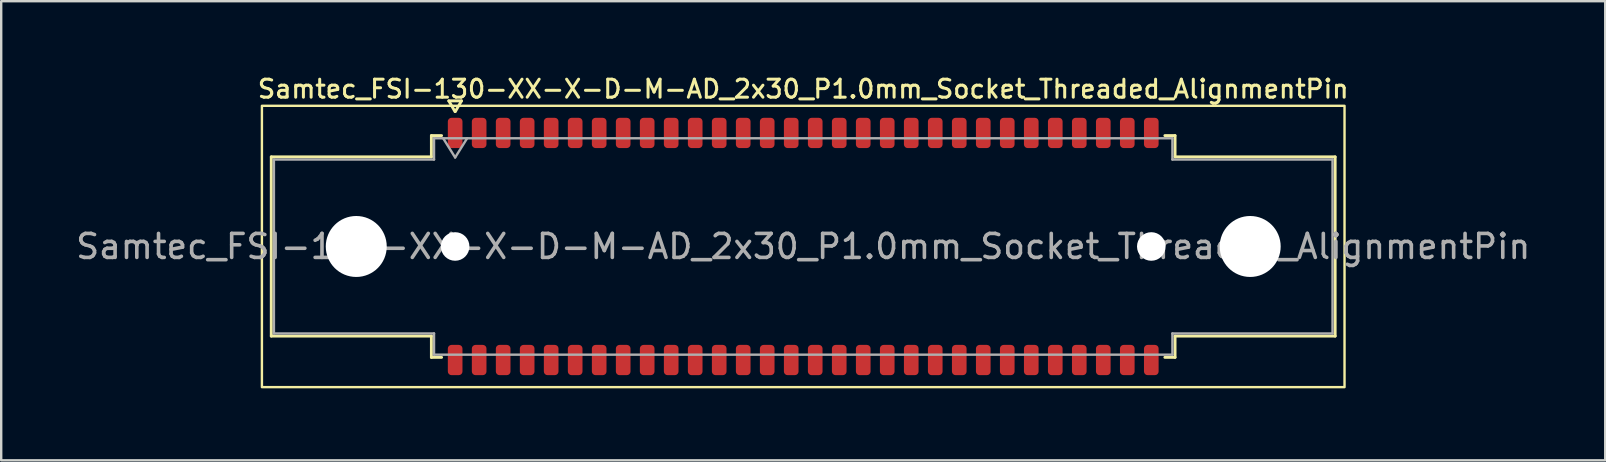
<source format=kicad_pcb>
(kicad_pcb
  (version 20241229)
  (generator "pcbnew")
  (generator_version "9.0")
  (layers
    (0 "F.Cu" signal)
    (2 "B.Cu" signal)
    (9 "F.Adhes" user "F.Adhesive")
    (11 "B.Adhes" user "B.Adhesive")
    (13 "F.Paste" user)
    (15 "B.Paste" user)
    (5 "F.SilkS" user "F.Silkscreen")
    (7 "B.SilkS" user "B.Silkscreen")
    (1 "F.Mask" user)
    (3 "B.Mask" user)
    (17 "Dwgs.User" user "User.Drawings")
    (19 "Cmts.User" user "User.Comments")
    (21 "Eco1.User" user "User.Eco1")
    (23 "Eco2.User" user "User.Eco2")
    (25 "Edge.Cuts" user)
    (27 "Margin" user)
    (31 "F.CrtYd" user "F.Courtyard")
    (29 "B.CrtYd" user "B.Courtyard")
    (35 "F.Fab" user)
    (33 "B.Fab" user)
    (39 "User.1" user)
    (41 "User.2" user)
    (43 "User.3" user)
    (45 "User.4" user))
  (footprint "Samtec_FSI-130-XX-X-D-M-AD_2x30_P1.0mm_Socket_Threaded_AlignmentPin"
    (layer "F.Cu")
    (at 30.411 7.218)
    (property "Reference" "Samtec_FSI-130-XX-X-D-M-AD_2x30_P1.0mm_Socket_Threaded_AlignmentPin" (at 0 -6.56 0) (layer "F.SilkS") (effects (font (size 0.75 0.75) (thickness 0.125))))
    (attr smd)
    (fp_line (start -22.16 -3.733) (end -15.49 -3.733) (stroke (width 0.12) (type solid)) (layer "F.SilkS"))
    (fp_line (start -22.16 3.733) (end -22.16 -3.733) (stroke (width 0.12) (type solid)) (layer "F.SilkS"))
    (fp_line (start -15.49 -4.619) (end -15.065 -4.619) (stroke (width 0.12) (type solid)) (layer "F.SilkS"))
    (fp_line (start -15.49 -3.733) (end -15.49 -4.619) (stroke (width 0.12) (type solid)) (layer "F.SilkS"))
    (fp_line (start -15.49 3.733) (end -22.16 3.733) (stroke (width 0.12) (type solid)) (layer "F.SilkS"))
    (fp_line (start -15.49 4.619) (end -15.49 3.733) (stroke (width 0.12) (type solid)) (layer "F.SilkS"))
    (fp_line (start -15.065 4.619) (end -15.49 4.619) (stroke (width 0.12) (type solid)) (layer "F.SilkS"))
    (fp_line (start -14.764 -6.066) (end -14.507 -5.62) (stroke (width 0.12) (type solid)) (layer "F.SilkS"))
    (fp_line (start -14.493 -5.62) (end -14.236 -6.066) (stroke (width 0.12) (type solid)) (layer "F.SilkS"))
    (fp_line (start -14.236 -6.066) (end -14.764 -6.066) (stroke (width 0.12) (type solid)) (layer "F.SilkS"))
    (fp_line (start 15.065 -4.619) (end 15.49 -4.619) (stroke (width 0.12) (type solid)) (layer "F.SilkS"))
    (fp_line (start 15.49 -4.619) (end 15.49 -3.733) (stroke (width 0.12) (type solid)) (layer "F.SilkS"))
    (fp_line (start 15.49 -3.733) (end 22.16 -3.733) (stroke (width 0.12) (type solid)) (layer "F.SilkS"))
    (fp_line (start 15.49 3.733) (end 15.49 4.619) (stroke (width 0.12) (type solid)) (layer "F.SilkS"))
    (fp_line (start 15.49 4.619) (end 15.065 4.619) (stroke (width 0.12) (type solid)) (layer "F.SilkS"))
    (fp_line (start 22.16 -3.733) (end 22.16 3.733) (stroke (width 0.12) (type solid)) (layer "F.SilkS"))
    (fp_line (start 22.16 3.733) (end 15.49 3.733) (stroke (width 0.12) (type solid)) (layer "F.SilkS"))
    (fp_rect (start -22.55 -5.86) (end 22.55 5.86) (stroke (width 0.1) (type solid)) (fill no) (layer "F.SilkS"))
    (fp_line (start -22.05 -3.623) (end -15.38 -3.623) (stroke (width 0.1) (type solid)) (layer "F.Fab"))
    (fp_line (start -22.05 3.623) (end -22.05 -3.623) (stroke (width 0.1) (type solid)) (layer "F.Fab"))
    (fp_line (start -15.38 -4.508) (end 15.38 -4.508) (stroke (width 0.1) (type solid)) (layer "F.Fab"))
    (fp_line (start -15.38 -3.623) (end -15.38 -4.508) (stroke (width 0.1) (type solid)) (layer "F.Fab"))
    (fp_line (start -15.38 3.623) (end -22.05 3.623) (stroke (width 0.1) (type solid)) (layer "F.Fab"))
    (fp_line (start -15.38 4.508) (end -15.38 3.623) (stroke (width 0.1) (type solid)) (layer "F.Fab"))
    (fp_line (start -15 -4.508) (end -14.5 -3.708) (stroke (width 0.1) (type solid)) (layer "F.Fab"))
    (fp_line (start -14.5 -3.708) (end -14 -4.508) (stroke (width 0.1) (type solid)) (layer "F.Fab"))
    (fp_line (start 15.38 -4.508) (end 15.38 -3.623) (stroke (width 0.1) (type solid)) (layer "F.Fab"))
    (fp_line (start 15.38 -3.623) (end 22.05 -3.623) (stroke (width 0.1) (type solid)) (layer "F.Fab"))
    (fp_line (start 15.38 3.623) (end 15.38 4.508) (stroke (width 0.1) (type solid)) (layer "F.Fab"))
    (fp_line (start 15.38 4.508) (end -15.38 4.508) (stroke (width 0.1) (type solid)) (layer "F.Fab"))
    (fp_line (start 22.05 -3.623) (end 22.05 3.623) (stroke (width 0.1) (type solid)) (layer "F.Fab"))
    (fp_line (start 22.05 3.623) (end 15.38 3.623) (stroke (width 0.1) (type solid)) (layer "F.Fab"))
    (fp_text user "${REFERENCE}" (at 0 0 0) (layer "F.Fab") (effects (font (size 1 1) (thickness 0.15))))
    (pad "" np_thru_hole circle (at -18.62 0) (size 2.54 2.54) (drill 2.54) (layers "*.Cu" "*.Mask"))
    (pad "" np_thru_hole circle (at -14.5 0) (size 1.19 1.19) (drill 1.19) (layers "*.Cu" "*.Mask"))
    (pad "" np_thru_hole circle (at 14.5 0) (size 1.19 1.19) (drill 1.19) (layers "*.Cu" "*.Mask"))
    (pad "" np_thru_hole circle (at 18.62 0) (size 2.54 2.54) (drill 2.54) (layers "*.Cu" "*.Mask"))
    (pad "1" smd roundrect (at -14.5 -4.73) (size 0.61 1.26) (layers "F.Cu" "F.Mask" "F.Paste") (roundrect_rratio 0.25))
    (pad "2" smd roundrect (at -14.5 4.73) (size 0.61 1.26) (layers "F.Cu" "F.Mask" "F.Paste") (roundrect_rratio 0.25))
    (pad "3" smd roundrect (at -13.5 -4.73) (size 0.61 1.26) (layers "F.Cu" "F.Mask" "F.Paste") (roundrect_rratio 0.25))
    (pad "4" smd roundrect (at -13.5 4.73) (size 0.61 1.26) (layers "F.Cu" "F.Mask" "F.Paste") (roundrect_rratio 0.25))
    (pad "5" smd roundrect (at -12.5 -4.73) (size 0.61 1.26) (layers "F.Cu" "F.Mask" "F.Paste") (roundrect_rratio 0.25))
    (pad "6" smd roundrect (at -12.5 4.73) (size 0.61 1.26) (layers "F.Cu" "F.Mask" "F.Paste") (roundrect_rratio 0.25))
    (pad "7" smd roundrect (at -11.5 -4.73) (size 0.61 1.26) (layers "F.Cu" "F.Mask" "F.Paste") (roundrect_rratio 0.25))
    (pad "8" smd roundrect (at -11.5 4.73) (size 0.61 1.26) (layers "F.Cu" "F.Mask" "F.Paste") (roundrect_rratio 0.25))
    (pad "9" smd roundrect (at -10.5 -4.73) (size 0.61 1.26) (layers "F.Cu" "F.Mask" "F.Paste") (roundrect_rratio 0.25))
    (pad "10" smd roundrect (at -10.5 4.73) (size 0.61 1.26) (layers "F.Cu" "F.Mask" "F.Paste") (roundrect_rratio 0.25))
    (pad "11" smd roundrect (at -9.5 -4.73) (size 0.61 1.26) (layers "F.Cu" "F.Mask" "F.Paste") (roundrect_rratio 0.25))
    (pad "12" smd roundrect (at -9.5 4.73) (size 0.61 1.26) (layers "F.Cu" "F.Mask" "F.Paste") (roundrect_rratio 0.25))
    (pad "13" smd roundrect (at -8.5 -4.73) (size 0.61 1.26) (layers "F.Cu" "F.Mask" "F.Paste") (roundrect_rratio 0.25))
    (pad "14" smd roundrect (at -8.5 4.73) (size 0.61 1.26) (layers "F.Cu" "F.Mask" "F.Paste") (roundrect_rratio 0.25))
    (pad "15" smd roundrect (at -7.5 -4.73) (size 0.61 1.26) (layers "F.Cu" "F.Mask" "F.Paste") (roundrect_rratio 0.25))
    (pad "16" smd roundrect (at -7.5 4.73) (size 0.61 1.26) (layers "F.Cu" "F.Mask" "F.Paste") (roundrect_rratio 0.25))
    (pad "17" smd roundrect (at -6.5 -4.73) (size 0.61 1.26) (layers "F.Cu" "F.Mask" "F.Paste") (roundrect_rratio 0.25))
    (pad "18" smd roundrect (at -6.5 4.73) (size 0.61 1.26) (layers "F.Cu" "F.Mask" "F.Paste") (roundrect_rratio 0.25))
    (pad "19" smd roundrect (at -5.5 -4.73) (size 0.61 1.26) (layers "F.Cu" "F.Mask" "F.Paste") (roundrect_rratio 0.25))
    (pad "20" smd roundrect (at -5.5 4.73) (size 0.61 1.26) (layers "F.Cu" "F.Mask" "F.Paste") (roundrect_rratio 0.25))
    (pad "21" smd roundrect (at -4.5 -4.73) (size 0.61 1.26) (layers "F.Cu" "F.Mask" "F.Paste") (roundrect_rratio 0.25))
    (pad "22" smd roundrect (at -4.5 4.73) (size 0.61 1.26) (layers "F.Cu" "F.Mask" "F.Paste") (roundrect_rratio 0.25))
    (pad "23" smd roundrect (at -3.5 -4.73) (size 0.61 1.26) (layers "F.Cu" "F.Mask" "F.Paste") (roundrect_rratio 0.25))
    (pad "24" smd roundrect (at -3.5 4.73) (size 0.61 1.26) (layers "F.Cu" "F.Mask" "F.Paste") (roundrect_rratio 0.25))
    (pad "25" smd roundrect (at -2.5 -4.73) (size 0.61 1.26) (layers "F.Cu" "F.Mask" "F.Paste") (roundrect_rratio 0.25))
    (pad "26" smd roundrect (at -2.5 4.73) (size 0.61 1.26) (layers "F.Cu" "F.Mask" "F.Paste") (roundrect_rratio 0.25))
    (pad "27" smd roundrect (at -1.5 -4.73) (size 0.61 1.26) (layers "F.Cu" "F.Mask" "F.Paste") (roundrect_rratio 0.25))
    (pad "28" smd roundrect (at -1.5 4.73) (size 0.61 1.26) (layers "F.Cu" "F.Mask" "F.Paste") (roundrect_rratio 0.25))
    (pad "29" smd roundrect (at -0.5 -4.73) (size 0.61 1.26) (layers "F.Cu" "F.Mask" "F.Paste") (roundrect_rratio 0.25))
    (pad "30" smd roundrect (at -0.5 4.73) (size 0.61 1.26) (layers "F.Cu" "F.Mask" "F.Paste") (roundrect_rratio 0.25))
    (pad "31" smd roundrect (at 0.5 -4.73) (size 0.61 1.26) (layers "F.Cu" "F.Mask" "F.Paste") (roundrect_rratio 0.25))
    (pad "32" smd roundrect (at 0.5 4.73) (size 0.61 1.26) (layers "F.Cu" "F.Mask" "F.Paste") (roundrect_rratio 0.25))
    (pad "33" smd roundrect (at 1.5 -4.73) (size 0.61 1.26) (layers "F.Cu" "F.Mask" "F.Paste") (roundrect_rratio 0.25))
    (pad "34" smd roundrect (at 1.5 4.73) (size 0.61 1.26) (layers "F.Cu" "F.Mask" "F.Paste") (roundrect_rratio 0.25))
    (pad "35" smd roundrect (at 2.5 -4.73) (size 0.61 1.26) (layers "F.Cu" "F.Mask" "F.Paste") (roundrect_rratio 0.25))
    (pad "36" smd roundrect (at 2.5 4.73) (size 0.61 1.26) (layers "F.Cu" "F.Mask" "F.Paste") (roundrect_rratio 0.25))
    (pad "37" smd roundrect (at 3.5 -4.73) (size 0.61 1.26) (layers "F.Cu" "F.Mask" "F.Paste") (roundrect_rratio 0.25))
    (pad "38" smd roundrect (at 3.5 4.73) (size 0.61 1.26) (layers "F.Cu" "F.Mask" "F.Paste") (roundrect_rratio 0.25))
    (pad "39" smd roundrect (at 4.5 -4.73) (size 0.61 1.26) (layers "F.Cu" "F.Mask" "F.Paste") (roundrect_rratio 0.25))
    (pad "40" smd roundrect (at 4.5 4.73) (size 0.61 1.26) (layers "F.Cu" "F.Mask" "F.Paste") (roundrect_rratio 0.25))
    (pad "41" smd roundrect (at 5.5 -4.73) (size 0.61 1.26) (layers "F.Cu" "F.Mask" "F.Paste") (roundrect_rratio 0.25))
    (pad "42" smd roundrect (at 5.5 4.73) (size 0.61 1.26) (layers "F.Cu" "F.Mask" "F.Paste") (roundrect_rratio 0.25))
    (pad "43" smd roundrect (at 6.5 -4.73) (size 0.61 1.26) (layers "F.Cu" "F.Mask" "F.Paste") (roundrect_rratio 0.25))
    (pad "44" smd roundrect (at 6.5 4.73) (size 0.61 1.26) (layers "F.Cu" "F.Mask" "F.Paste") (roundrect_rratio 0.25))
    (pad "45" smd roundrect (at 7.5 -4.73) (size 0.61 1.26) (layers "F.Cu" "F.Mask" "F.Paste") (roundrect_rratio 0.25))
    (pad "46" smd roundrect (at 7.5 4.73) (size 0.61 1.26) (layers "F.Cu" "F.Mask" "F.Paste") (roundrect_rratio 0.25))
    (pad "47" smd roundrect (at 8.5 -4.73) (size 0.61 1.26) (layers "F.Cu" "F.Mask" "F.Paste") (roundrect_rratio 0.25))
    (pad "48" smd roundrect (at 8.5 4.73) (size 0.61 1.26) (layers "F.Cu" "F.Mask" "F.Paste") (roundrect_rratio 0.25))
    (pad "49" smd roundrect (at 9.5 -4.73) (size 0.61 1.26) (layers "F.Cu" "F.Mask" "F.Paste") (roundrect_rratio 0.25))
    (pad "50" smd roundrect (at 9.5 4.73) (size 0.61 1.26) (layers "F.Cu" "F.Mask" "F.Paste") (roundrect_rratio 0.25))
    (pad "51" smd roundrect (at 10.5 -4.73) (size 0.61 1.26) (layers "F.Cu" "F.Mask" "F.Paste") (roundrect_rratio 0.25))
    (pad "52" smd roundrect (at 10.5 4.73) (size 0.61 1.26) (layers "F.Cu" "F.Mask" "F.Paste") (roundrect_rratio 0.25))
    (pad "53" smd roundrect (at 11.5 -4.73) (size 0.61 1.26) (layers "F.Cu" "F.Mask" "F.Paste") (roundrect_rratio 0.25))
    (pad "54" smd roundrect (at 11.5 4.73) (size 0.61 1.26) (layers "F.Cu" "F.Mask" "F.Paste") (roundrect_rratio 0.25))
    (pad "55" smd roundrect (at 12.5 -4.73) (size 0.61 1.26) (layers "F.Cu" "F.Mask" "F.Paste") (roundrect_rratio 0.25))
    (pad "56" smd roundrect (at 12.5 4.73) (size 0.61 1.26) (layers "F.Cu" "F.Mask" "F.Paste") (roundrect_rratio 0.25))
    (pad "57" smd roundrect (at 13.5 -4.73) (size 0.61 1.26) (layers "F.Cu" "F.Mask" "F.Paste") (roundrect_rratio 0.25))
    (pad "58" smd roundrect (at 13.5 4.73) (size 0.61 1.26) (layers "F.Cu" "F.Mask" "F.Paste") (roundrect_rratio 0.25))
    (pad "59" smd roundrect (at 14.5 -4.73) (size 0.61 1.26) (layers "F.Cu" "F.Mask" "F.Paste") (roundrect_rratio 0.25))
    (pad "60" smd roundrect (at 14.5 4.73) (size 0.61 1.26) (layers "F.Cu" "F.Mask" "F.Paste") (roundrect_rratio 0.25)))
  (gr_rect
    (start -3 -3)
    (end 63.821 16.128)
    (stroke (width 0.1) (type default))
    (fill no)
    (layer "Edge.Cuts")))
</source>
